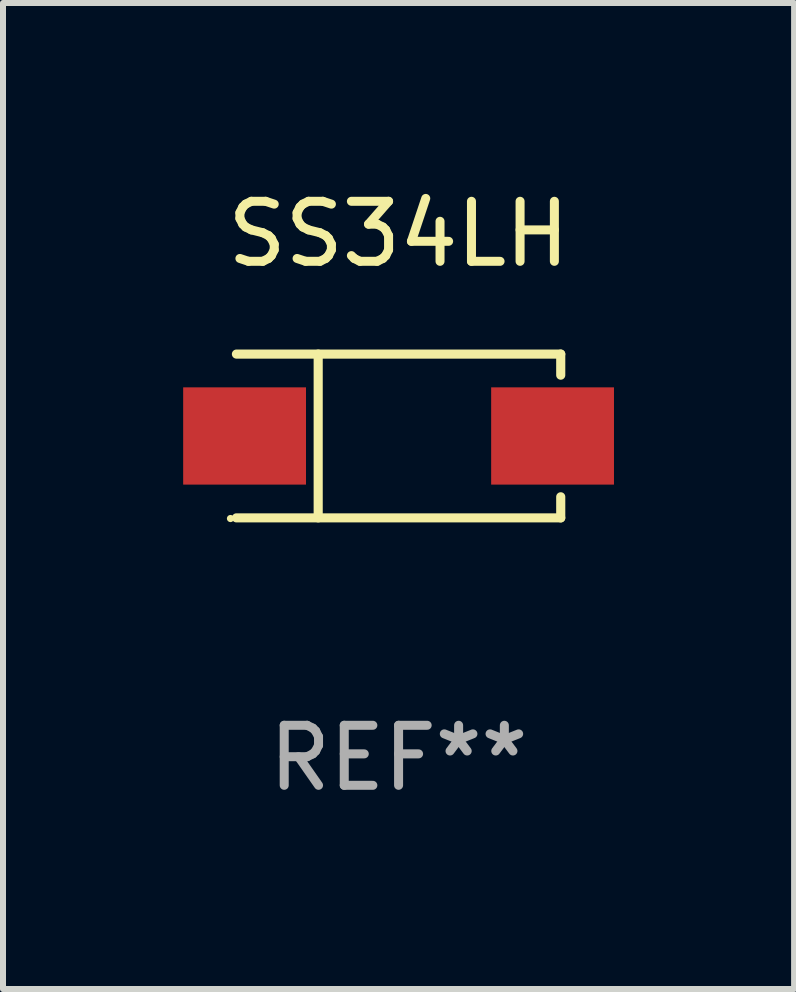
<source format=kicad_pcb>
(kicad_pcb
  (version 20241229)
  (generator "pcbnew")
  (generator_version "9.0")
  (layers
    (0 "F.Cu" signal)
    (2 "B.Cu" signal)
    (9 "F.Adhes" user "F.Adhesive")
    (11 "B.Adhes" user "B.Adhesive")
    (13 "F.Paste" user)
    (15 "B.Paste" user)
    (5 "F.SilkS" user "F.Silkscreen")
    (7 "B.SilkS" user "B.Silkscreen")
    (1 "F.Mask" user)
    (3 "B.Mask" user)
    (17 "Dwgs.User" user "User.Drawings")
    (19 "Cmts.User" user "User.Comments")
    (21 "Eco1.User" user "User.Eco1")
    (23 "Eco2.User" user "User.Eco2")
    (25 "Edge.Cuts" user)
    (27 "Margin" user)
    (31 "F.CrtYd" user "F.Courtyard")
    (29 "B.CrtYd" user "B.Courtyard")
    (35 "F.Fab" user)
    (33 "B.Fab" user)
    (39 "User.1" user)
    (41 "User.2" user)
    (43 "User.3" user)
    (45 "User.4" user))
  (footprint "SS34LH"
    (layer "F.Cu")
    (at 3.589 4.212)
    (property "Reference" "SS34LH" (at 0 -3.364 0) (layer "F.SilkS") (effects (font (size 1 1) (thickness 0.15))))
    (attr through_hole)
    (fp_line (start -2.701 -1.364) (end 2.701 -1.364) (stroke (width 0.152) (type solid)) (layer "F.SilkS"))
    (fp_line (start -2.701 1.364) (end 2.701 1.364) (stroke (width 0.152) (type solid)) (layer "F.SilkS"))
    (fp_line (start -1.339 -1.364) (end -1.339 1.364) (stroke (width 0.152) (type solid)) (layer "F.SilkS"))
    (fp_line (start 2.701 -1.364) (end 2.701 -1.013) (stroke (width 0.152) (type solid)) (layer "F.SilkS"))
    (fp_line (start 2.701 1.364) (end 2.701 1.013) (stroke (width 0.152) (type solid)) (layer "F.SilkS"))
    (fp_circle (center -2.8 1.375) (end -2.77 1.375) (stroke (width 0.06) (type solid)) (fill no) (layer "F.SilkS"))
    (fp_text user "REF**" (at 0 5.364 0) (layer "F.Fab") (effects (font (size 1 1) (thickness 0.15))))
    (pad "1" smd rect (at -2.565 -0.000025) (size 2.046 1.62) (layers "F.Cu" "F.Mask" "F.Paste"))
    (pad "2" smd rect (at 2.565 -0.000025) (size 2.046 1.62) (layers "F.Cu" "F.Mask" "F.Paste")))
  (gr_rect
    (start -3 -3)
    (end 10.177 13.424)
    (stroke (width 0.1) (type default))
    (fill no)
    (layer "Edge.Cuts")))
</source>
